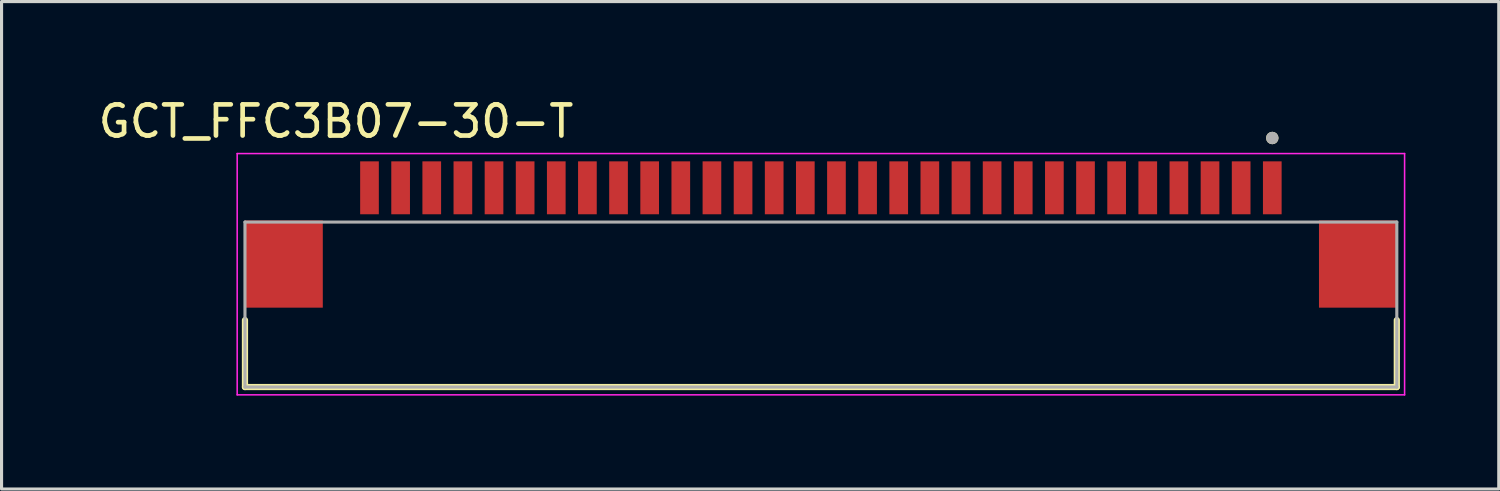
<source format=kicad_pcb>
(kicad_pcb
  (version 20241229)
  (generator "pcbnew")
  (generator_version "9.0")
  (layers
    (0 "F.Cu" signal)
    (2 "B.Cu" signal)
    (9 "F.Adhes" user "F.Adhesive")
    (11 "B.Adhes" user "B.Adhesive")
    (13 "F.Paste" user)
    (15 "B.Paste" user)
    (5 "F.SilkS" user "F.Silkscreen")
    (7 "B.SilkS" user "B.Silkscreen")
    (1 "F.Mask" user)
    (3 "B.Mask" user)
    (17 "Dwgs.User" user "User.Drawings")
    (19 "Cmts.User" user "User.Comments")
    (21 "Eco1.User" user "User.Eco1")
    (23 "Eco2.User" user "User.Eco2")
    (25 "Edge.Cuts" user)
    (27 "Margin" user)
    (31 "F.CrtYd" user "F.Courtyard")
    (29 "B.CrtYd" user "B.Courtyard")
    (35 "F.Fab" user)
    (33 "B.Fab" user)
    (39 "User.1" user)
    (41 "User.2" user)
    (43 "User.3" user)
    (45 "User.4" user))
  (footprint "GCT_FFC3B07-30-T"
    (layer "F.Cu")
    (at 23.319 5.433)
    (property "Reference" "GCT_FFC3B07-30-T" (at -15.575 -4.585 0) (layer "F.SilkS") (effects (font (size 1 1) (thickness 0.15))))
    (attr smd)
    (fp_line (start -18.5 1.8) (end -18.5 3.95) (stroke (width 0.2) (type solid)) (layer "F.SilkS"))
    (fp_line (start -18.5 3.95) (end 18.5 3.95) (stroke (width 0.2) (type solid)) (layer "F.SilkS"))
    (fp_line (start 18.5 3.95) (end 18.5 1.8) (stroke (width 0.2) (type solid)) (layer "F.SilkS"))
    (fp_circle (center 14.5 -4.05) (end 14.6 -4.05) (stroke (width 0.2) (type solid)) (fill no) (layer "F.SilkS"))
    (fp_line (start -18.75 -3.55) (end -18.75 4.2) (stroke (width 0.05) (type solid)) (layer "F.CrtYd"))
    (fp_line (start -18.75 4.2) (end 18.75 4.2) (stroke (width 0.05) (type solid)) (layer "F.CrtYd"))
    (fp_line (start 18.75 -3.55) (end -18.75 -3.55) (stroke (width 0.05) (type solid)) (layer "F.CrtYd"))
    (fp_line (start 18.75 4.2) (end 18.75 -3.55) (stroke (width 0.05) (type solid)) (layer "F.CrtYd"))
    (fp_line (start -18.5 -1.35) (end 18.5 -1.35) (stroke (width 0.1) (type solid)) (layer "F.Fab"))
    (fp_line (start -18.5 3.95) (end -18.5 -1.35) (stroke (width 0.1) (type solid)) (layer "F.Fab"))
    (fp_line (start 18.5 -1.35) (end 18.5 3.95) (stroke (width 0.1) (type solid)) (layer "F.Fab"))
    (fp_line (start 18.5 3.95) (end -18.5 3.95) (stroke (width 0.1) (type solid)) (layer "F.Fab"))
    (fp_circle (center 14.5 -4.05) (end 14.6 -4.05) (stroke (width 0.2) (type solid)) (fill no) (layer "F.Fab"))
    (pad "1" smd rect (at 14.5 -2.45) (size 0.6 1.7) (layers "F.Cu" "F.Mask" "F.Paste"))
    (pad "2" smd rect (at 13.5 -2.45) (size 0.6 1.7) (layers "F.Cu" "F.Mask" "F.Paste"))
    (pad "3" smd rect (at 12.5 -2.45) (size 0.6 1.7) (layers "F.Cu" "F.Mask" "F.Paste"))
    (pad "4" smd rect (at 11.5 -2.45) (size 0.6 1.7) (layers "F.Cu" "F.Mask" "F.Paste"))
    (pad "5" smd rect (at 10.5 -2.45) (size 0.6 1.7) (layers "F.Cu" "F.Mask" "F.Paste"))
    (pad "6" smd rect (at 9.5 -2.45) (size 0.6 1.7) (layers "F.Cu" "F.Mask" "F.Paste"))
    (pad "7" smd rect (at 8.5 -2.45) (size 0.6 1.7) (layers "F.Cu" "F.Mask" "F.Paste"))
    (pad "8" smd rect (at 7.5 -2.45) (size 0.6 1.7) (layers "F.Cu" "F.Mask" "F.Paste"))
    (pad "9" smd rect (at 6.5 -2.45) (size 0.6 1.7) (layers "F.Cu" "F.Mask" "F.Paste"))
    (pad "10" smd rect (at 5.5 -2.45) (size 0.6 1.7) (layers "F.Cu" "F.Mask" "F.Paste"))
    (pad "11" smd rect (at 4.5 -2.45) (size 0.6 1.7) (layers "F.Cu" "F.Mask" "F.Paste"))
    (pad "12" smd rect (at 3.5 -2.45) (size 0.6 1.7) (layers "F.Cu" "F.Mask" "F.Paste"))
    (pad "13" smd rect (at 2.5 -2.45) (size 0.6 1.7) (layers "F.Cu" "F.Mask" "F.Paste"))
    (pad "14" smd rect (at 1.5 -2.45) (size 0.6 1.7) (layers "F.Cu" "F.Mask" "F.Paste"))
    (pad "15" smd rect (at 0.5 -2.45) (size 0.6 1.7) (layers "F.Cu" "F.Mask" "F.Paste"))
    (pad "16" smd rect (at -0.5 -2.45) (size 0.6 1.7) (layers "F.Cu" "F.Mask" "F.Paste"))
    (pad "17" smd rect (at -1.5 -2.45) (size 0.6 1.7) (layers "F.Cu" "F.Mask" "F.Paste"))
    (pad "18" smd rect (at -2.5 -2.45) (size 0.6 1.7) (layers "F.Cu" "F.Mask" "F.Paste"))
    (pad "19" smd rect (at -3.5 -2.45) (size 0.6 1.7) (layers "F.Cu" "F.Mask" "F.Paste"))
    (pad "20" smd rect (at -4.5 -2.45) (size 0.6 1.7) (layers "F.Cu" "F.Mask" "F.Paste"))
    (pad "21" smd rect (at -5.5 -2.45) (size 0.6 1.7) (layers "F.Cu" "F.Mask" "F.Paste"))
    (pad "22" smd rect (at -6.5 -2.45) (size 0.6 1.7) (layers "F.Cu" "F.Mask" "F.Paste"))
    (pad "23" smd rect (at -7.5 -2.45) (size 0.6 1.7) (layers "F.Cu" "F.Mask" "F.Paste"))
    (pad "24" smd rect (at -8.5 -2.45) (size 0.6 1.7) (layers "F.Cu" "F.Mask" "F.Paste"))
    (pad "25" smd rect (at -9.5 -2.45) (size 0.6 1.7) (layers "F.Cu" "F.Mask" "F.Paste"))
    (pad "26" smd rect (at -10.5 -2.45) (size 0.6 1.7) (layers "F.Cu" "F.Mask" "F.Paste"))
    (pad "27" smd rect (at -11.5 -2.45) (size 0.6 1.7) (layers "F.Cu" "F.Mask" "F.Paste"))
    (pad "28" smd rect (at -12.5 -2.45) (size 0.6 1.7) (layers "F.Cu" "F.Mask" "F.Paste"))
    (pad "29" smd rect (at -13.5 -2.45) (size 0.6 1.7) (layers "F.Cu" "F.Mask" "F.Paste"))
    (pad "30" smd rect (at -14.5 -2.45) (size 0.6 1.7) (layers "F.Cu" "F.Mask" "F.Paste"))
    (pad "S1" smd rect (at 17.25 0) (size 2.5 2.8) (layers "F.Cu" "F.Mask" "F.Paste"))
    (pad "S2" smd rect (at -17.25 0) (size 2.5 2.8) (layers "F.Cu" "F.Mask" "F.Paste")))
  (gr_rect
    (start -3 -3)
    (end 45.094 12.658)
    (stroke (width 0.1) (type default))
    (fill no)
    (layer "Edge.Cuts")))
</source>
